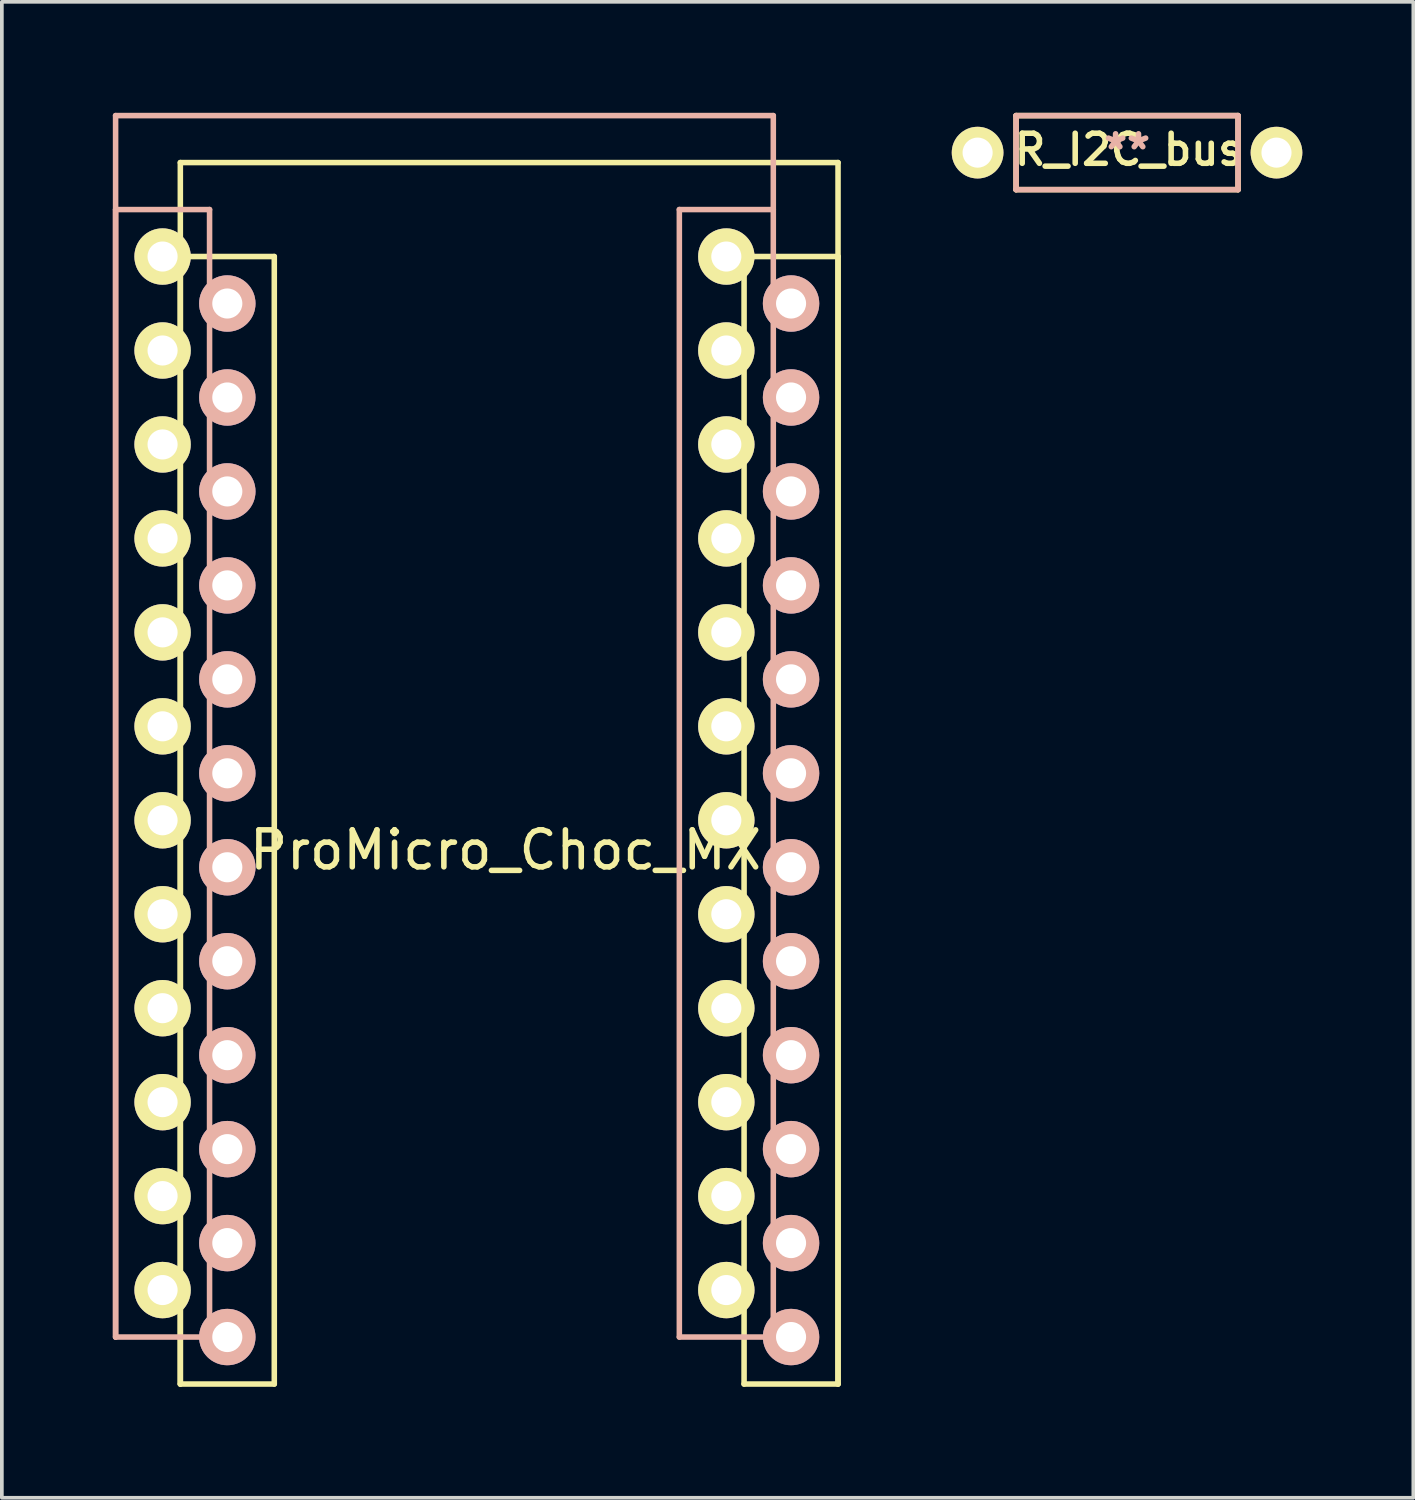
<source format=kicad_pcb>
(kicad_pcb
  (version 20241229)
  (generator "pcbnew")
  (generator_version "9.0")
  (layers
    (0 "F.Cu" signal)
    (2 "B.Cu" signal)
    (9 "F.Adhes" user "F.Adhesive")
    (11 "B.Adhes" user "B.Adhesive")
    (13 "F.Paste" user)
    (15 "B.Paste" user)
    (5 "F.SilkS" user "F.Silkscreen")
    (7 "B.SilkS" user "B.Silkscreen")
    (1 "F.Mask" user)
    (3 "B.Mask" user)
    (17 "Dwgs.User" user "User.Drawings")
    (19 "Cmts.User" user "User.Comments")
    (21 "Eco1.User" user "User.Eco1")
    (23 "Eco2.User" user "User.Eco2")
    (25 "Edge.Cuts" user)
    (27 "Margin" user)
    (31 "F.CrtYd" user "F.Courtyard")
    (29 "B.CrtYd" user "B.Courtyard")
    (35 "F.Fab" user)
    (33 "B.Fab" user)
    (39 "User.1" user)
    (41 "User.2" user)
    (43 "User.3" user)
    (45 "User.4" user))
  (footprint "ProMicro_Choc_MX"
    (layer "F.Cu")
    (at 10.616 18.729)
    (property "Reference" "ProMicro_Choc_MX" (at 0 1.2 0) (layer "F.SilkS") (effects (font (size 1 1) (thickness 0.15))))
    (attr through_hole)
    (fp_line (start -8.791 -17.384) (end -8.791 15.636) (stroke (width 0.15) (type solid)) (layer "F.SilkS"))
    (fp_line (start -8.791 -14.844) (end -8.791 15.636) (stroke (width 0.15) (type solid)) (layer "F.SilkS"))
    (fp_line (start -8.791 15.636) (end -6.251 15.636) (stroke (width 0.15) (type solid)) (layer "F.SilkS"))
    (fp_line (start -6.251 -14.844) (end -8.791 -14.844) (stroke (width 0.15) (type solid)) (layer "F.SilkS"))
    (fp_line (start -6.251 15.636) (end -6.251 -14.844) (stroke (width 0.15) (type solid)) (layer "F.SilkS"))
    (fp_line (start 6.449 -14.844) (end 6.449 15.636) (stroke (width 0.15) (type solid)) (layer "F.SilkS"))
    (fp_line (start 6.449 15.636) (end 8.989 15.636) (stroke (width 0.15) (type solid)) (layer "F.SilkS"))
    (fp_line (start 8.989 -17.384) (end -8.791 -17.384) (stroke (width 0.15) (type solid)) (layer "F.SilkS"))
    (fp_line (start 8.989 -14.844) (end 6.449 -14.844) (stroke (width 0.15) (type solid)) (layer "F.SilkS"))
    (fp_line (start 8.989 15.636) (end 8.989 -17.384) (stroke (width 0.15) (type solid)) (layer "F.SilkS"))
    (fp_line (start 8.989 15.636) (end 8.989 -14.844) (stroke (width 0.15) (type solid)) (layer "F.SilkS"))
    (fp_line (start -10.541 -18.654) (end 7.239 -18.654) (stroke (width 0.15) (type solid)) (layer "B.SilkS"))
    (fp_line (start -10.541 -16.114) (end -8.001 -16.114) (stroke (width 0.15) (type solid)) (layer "B.SilkS"))
    (fp_line (start -10.541 14.366) (end -10.541 -18.654) (stroke (width 0.15) (type solid)) (layer "B.SilkS"))
    (fp_line (start -10.541 14.366) (end -10.541 -16.114) (stroke (width 0.15) (type solid)) (layer "B.SilkS"))
    (fp_line (start -8.001 -16.114) (end -8.001 14.366) (stroke (width 0.15) (type solid)) (layer "B.SilkS"))
    (fp_line (start -8.001 14.366) (end -10.541 14.366) (stroke (width 0.15) (type solid)) (layer "B.SilkS"))
    (fp_line (start 4.699 -16.114) (end 7.239 -16.114) (stroke (width 0.15) (type solid)) (layer "B.SilkS"))
    (fp_line (start 4.699 14.366) (end 4.699 -16.114) (stroke (width 0.15) (type solid)) (layer "B.SilkS"))
    (fp_line (start 7.239 -18.654) (end 7.239 14.366) (stroke (width 0.15) (type solid)) (layer "B.SilkS"))
    (fp_line (start 7.239 14.366) (end 4.699 14.366) (stroke (width 0.15) (type solid)) (layer "B.SilkS"))
    (pad "1" thru_hole circle (at -9.271 -14.844) (size 1.524 1.524) (drill 0.813) (layers "*.Cu" "F.Mask" "F.SilkS"))
    (pad "1" thru_hole circle (at 7.719 -13.574 180) (size 1.524 1.524) (drill 0.813) (layers "*.Cu" "B.Mask" "B.SilkS"))
    (pad "2" thru_hole circle (at -9.271 -12.304) (size 1.524 1.524) (drill 0.813) (layers "*.Cu" "F.Mask" "F.SilkS"))
    (pad "2" thru_hole circle (at 7.719 -11.034 180) (size 1.524 1.524) (drill 0.813) (layers "*.Cu" "B.Mask" "B.SilkS"))
    (pad "3" thru_hole circle (at -9.271 -9.764) (size 1.524 1.524) (drill 0.813) (layers "*.Cu" "F.Mask" "F.SilkS"))
    (pad "3" thru_hole circle (at 7.719 -8.494 180) (size 1.524 1.524) (drill 0.813) (layers "*.Cu" "B.Mask" "B.SilkS"))
    (pad "4" thru_hole circle (at -9.271 -7.224) (size 1.524 1.524) (drill 0.813) (layers "*.Cu" "F.Mask" "F.SilkS"))
    (pad "4" thru_hole circle (at 7.719 -5.954 180) (size 1.524 1.524) (drill 0.813) (layers "*.Cu" "B.Mask" "B.SilkS"))
    (pad "5" thru_hole circle (at -9.271 -4.684) (size 1.524 1.524) (drill 0.813) (layers "*.Cu" "F.Mask" "F.SilkS"))
    (pad "5" thru_hole circle (at 7.719 -3.414 180) (size 1.524 1.524) (drill 0.813) (layers "*.Cu" "B.Mask" "B.SilkS"))
    (pad "6" thru_hole circle (at -9.271 -2.144) (size 1.524 1.524) (drill 0.813) (layers "*.Cu" "F.Mask" "F.SilkS"))
    (pad "6" thru_hole circle (at 7.719 -0.874 180) (size 1.524 1.524) (drill 0.813) (layers "*.Cu" "B.Mask" "B.SilkS"))
    (pad "7" thru_hole circle (at -9.271 0.396) (size 1.524 1.524) (drill 0.813) (layers "*.Cu" "F.Mask" "F.SilkS"))
    (pad "7" thru_hole circle (at 7.719 1.666 180) (size 1.524 1.524) (drill 0.813) (layers "*.Cu" "B.Mask" "B.SilkS"))
    (pad "8" thru_hole circle (at -9.271 2.936) (size 1.524 1.524) (drill 0.813) (layers "*.Cu" "F.Mask" "F.SilkS"))
    (pad "8" thru_hole circle (at 7.719 4.206 180) (size 1.524 1.524) (drill 0.813) (layers "*.Cu" "B.Mask" "B.SilkS"))
    (pad "9" thru_hole circle (at -9.271 5.476) (size 1.524 1.524) (drill 0.813) (layers "*.Cu" "F.Mask" "F.SilkS"))
    (pad "9" thru_hole circle (at 7.719 6.746 180) (size 1.524 1.524) (drill 0.813) (layers "*.Cu" "B.Mask" "B.SilkS"))
    (pad "10" thru_hole circle (at -9.271 8.016) (size 1.524 1.524) (drill 0.813) (layers "*.Cu" "F.Mask" "F.SilkS"))
    (pad "10" thru_hole circle (at 7.719 9.286 180) (size 1.524 1.524) (drill 0.813) (layers "*.Cu" "B.Mask" "B.SilkS"))
    (pad "11" thru_hole circle (at -9.271 10.556) (size 1.524 1.524) (drill 0.813) (layers "*.Cu" "F.Mask" "F.SilkS"))
    (pad "11" thru_hole circle (at 7.719 11.826 180) (size 1.524 1.524) (drill 0.813) (layers "*.Cu" "B.Mask" "B.SilkS"))
    (pad "12" thru_hole circle (at -9.271 13.096) (size 1.524 1.524) (drill 0.813) (layers "*.Cu" "F.Mask" "F.SilkS"))
    (pad "12" thru_hole circle (at 7.719 14.366 180) (size 1.524 1.524) (drill 0.813) (layers "*.Cu" "B.Mask" "B.SilkS"))
    (pad "13" thru_hole circle (at -7.521 14.366 180) (size 1.524 1.524) (drill 0.813) (layers "*.Cu" "B.Mask" "B.SilkS"))
    (pad "13" thru_hole circle (at 5.969 13.096) (size 1.524 1.524) (drill 0.813) (layers "*.Cu" "F.Mask" "F.SilkS"))
    (pad "14" thru_hole circle (at -7.521 11.826 180) (size 1.524 1.524) (drill 0.813) (layers "*.Cu" "B.Mask" "B.SilkS"))
    (pad "14" thru_hole circle (at 5.969 10.556) (size 1.524 1.524) (drill 0.813) (layers "*.Cu" "F.Mask" "F.SilkS"))
    (pad "15" thru_hole circle (at -7.521 9.286 180) (size 1.524 1.524) (drill 0.813) (layers "*.Cu" "B.Mask" "B.SilkS"))
    (pad "15" thru_hole circle (at 5.969 8.016) (size 1.524 1.524) (drill 0.813) (layers "*.Cu" "F.Mask" "F.SilkS"))
    (pad "16" thru_hole circle (at -7.521 6.746 180) (size 1.524 1.524) (drill 0.813) (layers "*.Cu" "B.Mask" "B.SilkS"))
    (pad "16" thru_hole circle (at 5.969 5.476) (size 1.524 1.524) (drill 0.813) (layers "*.Cu" "F.Mask" "F.SilkS"))
    (pad "17" thru_hole circle (at -7.521 4.206 180) (size 1.524 1.524) (drill 0.813) (layers "*.Cu" "B.Mask" "B.SilkS"))
    (pad "17" thru_hole circle (at 5.969 2.936) (size 1.524 1.524) (drill 0.813) (layers "*.Cu" "F.Mask" "F.SilkS"))
    (pad "18" thru_hole circle (at -7.521 1.666 180) (size 1.524 1.524) (drill 0.813) (layers "*.Cu" "B.Mask" "B.SilkS"))
    (pad "18" thru_hole circle (at 5.969 0.396) (size 1.524 1.524) (drill 0.813) (layers "*.Cu" "F.Mask" "F.SilkS"))
    (pad "19" thru_hole circle (at -7.521 -0.874 180) (size 1.524 1.524) (drill 0.813) (layers "*.Cu" "B.Mask" "B.SilkS"))
    (pad "19" thru_hole circle (at 5.969 -2.144) (size 1.524 1.524) (drill 0.813) (layers "*.Cu" "F.Mask" "F.SilkS"))
    (pad "20" thru_hole circle (at -7.521 -3.414 180) (size 1.524 1.524) (drill 0.813) (layers "*.Cu" "B.Mask" "B.SilkS"))
    (pad "20" thru_hole circle (at 5.969 -4.684) (size 1.524 1.524) (drill 0.813) (layers "*.Cu" "F.Mask" "F.SilkS"))
    (pad "21" thru_hole circle (at -7.521 -5.954 180) (size 1.524 1.524) (drill 0.813) (layers "*.Cu" "B.Mask" "B.SilkS"))
    (pad "21" thru_hole circle (at 5.969 -7.224) (size 1.524 1.524) (drill 0.813) (layers "*.Cu" "F.Mask" "F.SilkS"))
    (pad "22" thru_hole circle (at -7.521 -8.494 180) (size 1.524 1.524) (drill 0.813) (layers "*.Cu" "B.Mask" "B.SilkS"))
    (pad "22" thru_hole circle (at 5.969 -9.764) (size 1.524 1.524) (drill 0.813) (layers "*.Cu" "F.Mask" "F.SilkS"))
    (pad "23" thru_hole circle (at -7.521 -11.034 180) (size 1.524 1.524) (drill 0.813) (layers "*.Cu" "B.Mask" "B.SilkS"))
    (pad "23" thru_hole circle (at 5.969 -12.304) (size 1.524 1.524) (drill 0.813) (layers "*.Cu" "F.Mask" "F.SilkS"))
    (pad "24" thru_hole circle (at -7.521 -13.574 180) (size 1.524 1.524) (drill 0.813) (layers "*.Cu" "B.Mask" "B.SilkS"))
    (pad "24" thru_hole circle (at 5.969 -14.844) (size 1.524 1.524) (drill 0.813) (layers "*.Cu" "F.Mask" "F.SilkS")))
  (footprint "R_I2C_bus"
    (layer "F.Cu")
    (at 27.418 1.076)
    (property "Reference" "R_I2C_bus" (at 0.05 -0.08 0) (layer "F.SilkS") (effects (font (size 0.813 0.813) (thickness 0.15))))
    (attr through_hole)
    (fp_line (start -3.001 -1.001) (end -3.001 1.001) (stroke (width 0.15) (type solid)) (layer "F.SilkS"))
    (fp_line (start -3 1.001) (end 3.001 1.001) (stroke (width 0.15) (type solid)) (layer "F.SilkS"))
    (fp_line (start 3.001 -1.001) (end -3 -1.001) (stroke (width 0.15) (type solid)) (layer "F.SilkS"))
    (fp_line (start 3.001 1.001) (end 3.001 -1.001) (stroke (width 0.15) (type solid)) (layer "F.SilkS"))
    (fp_line (start -3 -1) (end 3 -1) (stroke (width 0.15) (type solid)) (layer "B.SilkS"))
    (fp_line (start -3 1) (end -3 -1) (stroke (width 0.15) (type solid)) (layer "B.SilkS"))
    (fp_line (start 3 -1) (end 3 1) (stroke (width 0.15) (type solid)) (layer "B.SilkS"))
    (fp_line (start 3 1) (end -3 1) (stroke (width 0.15) (type solid)) (layer "B.SilkS"))
    (fp_text user "**" (at 0 -0.064 0) (layer "B.SilkS") (effects (font (size 0.813 0.813) (thickness 0.15)) (justify mirror)))
    (pad "1" thru_hole circle (at -4.04 0) (size 1.397 1.397) (drill 0.813) (layers "*.Cu" "*.Mask" "F.SilkS"))
    (pad "2" thru_hole circle (at 4.04 0) (size 1.397 1.397) (drill 0.813) (layers "*.Cu" "*.Mask" "F.SilkS")))
  (gr_rect
    (start -3 -3)
    (end 35.157 37.44)
    (stroke (width 0.1) (type default))
    (fill no)
    (layer "Edge.Cuts")))
</source>
